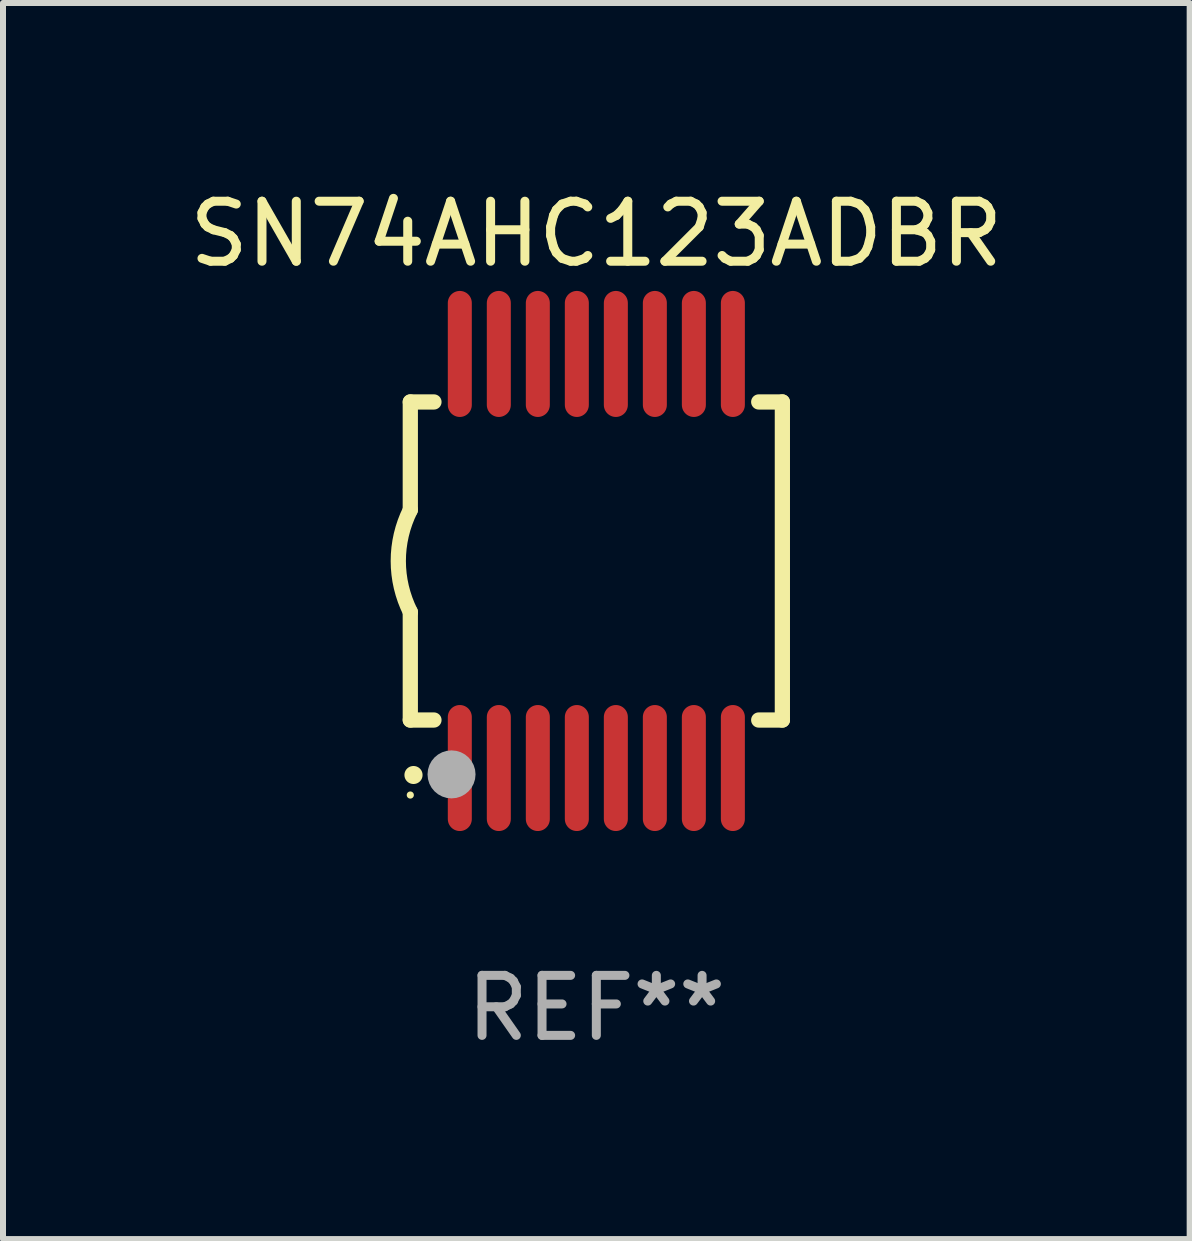
<source format=kicad_pcb>
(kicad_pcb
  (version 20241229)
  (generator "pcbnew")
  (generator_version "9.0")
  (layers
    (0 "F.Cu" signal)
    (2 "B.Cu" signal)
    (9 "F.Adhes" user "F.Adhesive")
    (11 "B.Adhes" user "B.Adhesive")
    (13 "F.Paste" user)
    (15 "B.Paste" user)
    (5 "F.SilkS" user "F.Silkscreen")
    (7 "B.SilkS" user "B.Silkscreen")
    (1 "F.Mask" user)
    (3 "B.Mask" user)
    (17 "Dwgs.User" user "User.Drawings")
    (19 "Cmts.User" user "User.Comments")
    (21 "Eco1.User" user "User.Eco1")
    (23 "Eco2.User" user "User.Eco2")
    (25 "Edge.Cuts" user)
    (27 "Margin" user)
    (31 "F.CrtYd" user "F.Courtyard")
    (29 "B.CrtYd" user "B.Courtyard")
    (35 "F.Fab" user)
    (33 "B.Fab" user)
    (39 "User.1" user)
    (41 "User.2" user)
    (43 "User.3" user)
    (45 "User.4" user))
  (footprint "SN74AHC123ADBR"
    (layer "F.Cu")
    (at 6.887 6.298)
    (property "Reference" "SN74AHC123ADBR" (at 0 -5.45 0) (layer "F.SilkS") (effects (font (size 1 1) (thickness 0.15))))
    (attr through_hole)
    (fp_line (start -3.1 -2.65) (end -3.1 -0.85) (stroke (width 0.254) (type solid)) (layer "F.SilkS"))
    (fp_line (start -3.1 -2.65) (end -2.706 -2.65) (stroke (width 0.254) (type solid)) (layer "F.SilkS"))
    (fp_line (start -3.1 2.65) (end -3.1 0.85) (stroke (width 0.254) (type solid)) (layer "F.SilkS"))
    (fp_line (start -3.1 2.65) (end -2.706 2.65) (stroke (width 0.254) (type solid)) (layer "F.SilkS"))
    (fp_line (start 2.706 -2.65) (end 3.1 -2.65) (stroke (width 0.254) (type solid)) (layer "F.SilkS"))
    (fp_line (start 2.706 2.65) (end 3.1 2.65) (stroke (width 0.254) (type solid)) (layer "F.SilkS"))
    (fp_line (start 3.1 -2.65) (end 3.1 2.65) (stroke (width 0.254) (type solid)) (layer "F.SilkS"))
    (fp_arc (start -3.098907 0.850902) (mid -3.300057 0.000523) (end -3.1 -0.850114) (stroke (width 0.254001) (type solid)) (layer "F.SilkS"))
    (fp_arc (start -3.048006 3.566066) (mid -3.046736 3.566061) (end -3.045466 3.566066) (stroke (width 0.3) (type solid)) (layer "F.SilkS"))
    (fp_circle (center -3.1 3.9) (end -3.07 3.9) (stroke (width 0.06) (type solid)) (fill no) (layer "F.SilkS"))
    (fp_circle (center -2.413 3.556) (end -2.213 3.556) (stroke (width 0.4) (type solid)) (fill no) (layer "F.Fab"))
    (fp_text user "REF**" (at 0 7.45 0) (layer "F.Fab") (effects (font (size 1 1) (thickness 0.15))))
    (pad "1" smd oval (at -2.275 3.45 180) (size 0.4 2.1) (layers "F.Cu" "F.Mask" "F.Paste"))
    (pad "2" smd oval (at -1.625 3.45 180) (size 0.4 2.1) (layers "F.Cu" "F.Mask" "F.Paste"))
    (pad "3" smd oval (at -0.975 3.45 180) (size 0.4 2.1) (layers "F.Cu" "F.Mask" "F.Paste"))
    (pad "4" smd oval (at -0.325 3.45 180) (size 0.4 2.1) (layers "F.Cu" "F.Mask" "F.Paste"))
    (pad "5" smd oval (at 0.325 3.45 180) (size 0.4 2.1) (layers "F.Cu" "F.Mask" "F.Paste"))
    (pad "6" smd oval (at 0.975 3.45 180) (size 0.4 2.1) (layers "F.Cu" "F.Mask" "F.Paste"))
    (pad "7" smd oval (at 1.625 3.45 180) (size 0.4 2.1) (layers "F.Cu" "F.Mask" "F.Paste"))
    (pad "8" smd oval (at 2.275 3.45 180) (size 0.4 2.1) (layers "F.Cu" "F.Mask" "F.Paste"))
    (pad "9" smd oval (at 2.275 -3.45 180) (size 0.4 2.1) (layers "F.Cu" "F.Mask" "F.Paste"))
    (pad "10" smd oval (at 1.625 -3.45 180) (size 0.4 2.1) (layers "F.Cu" "F.Mask" "F.Paste"))
    (pad "11" smd oval (at 0.975 -3.45 180) (size 0.4 2.1) (layers "F.Cu" "F.Mask" "F.Paste"))
    (pad "12" smd oval (at 0.325 -3.45 180) (size 0.4 2.1) (layers "F.Cu" "F.Mask" "F.Paste"))
    (pad "13" smd oval (at -0.325 -3.45 180) (size 0.4 2.1) (layers "F.Cu" "F.Mask" "F.Paste"))
    (pad "14" smd oval (at -0.975 -3.45 180) (size 0.4 2.1) (layers "F.Cu" "F.Mask" "F.Paste"))
    (pad "15" smd oval (at -1.625 -3.45 180) (size 0.4 2.1) (layers "F.Cu" "F.Mask" "F.Paste"))
    (pad "16" smd oval (at -2.275 -3.45 180) (size 0.4 2.1) (layers "F.Cu" "F.Mask" "F.Paste")))
  (gr_rect
    (start -3 -3)
    (end 16.774 17.597)
    (stroke (width 0.1) (type default))
    (fill no)
    (layer "Edge.Cuts")))
</source>
